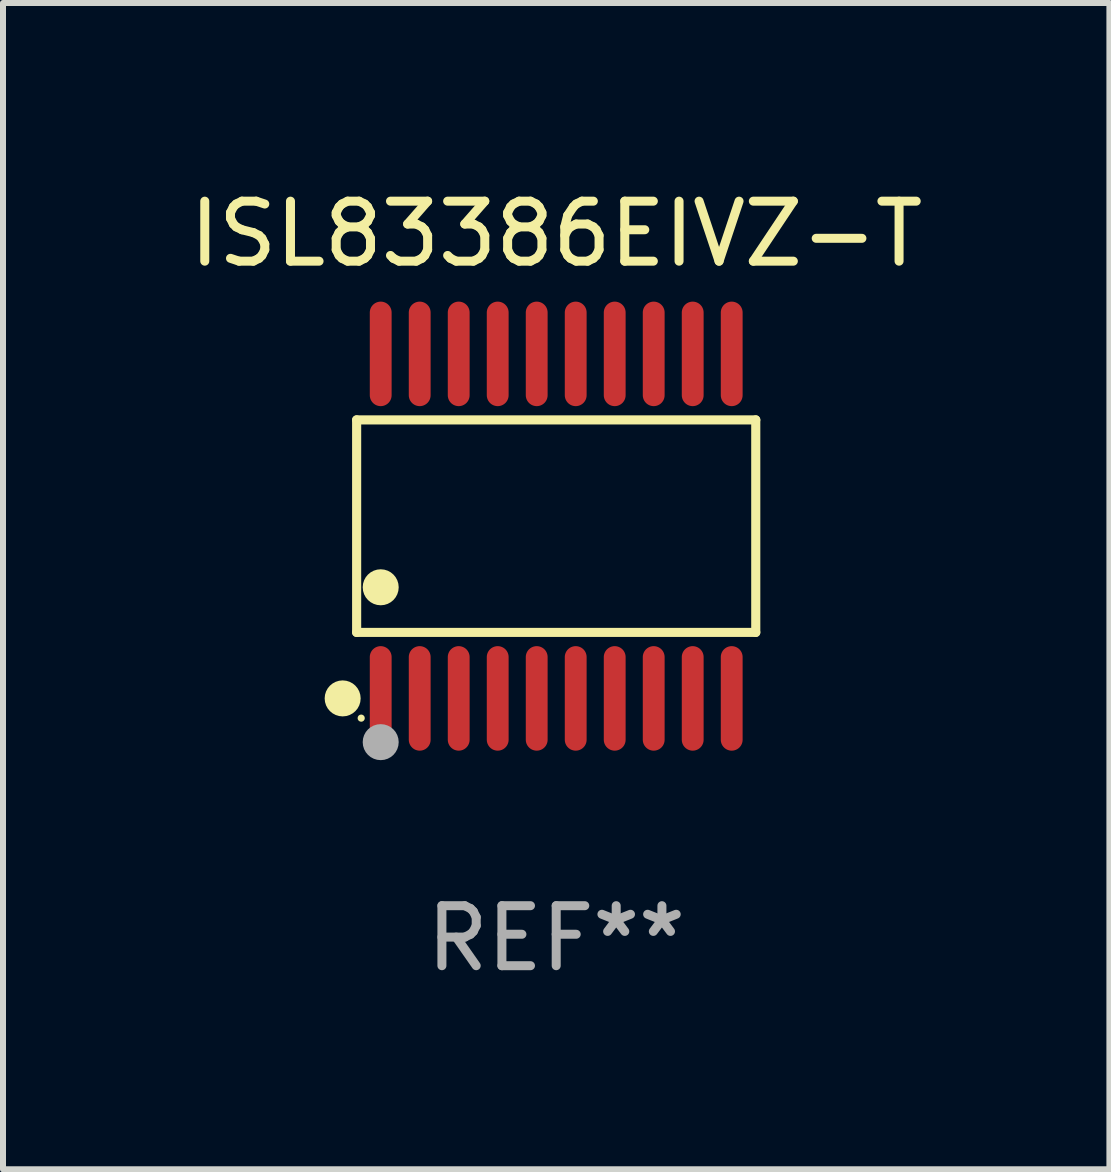
<source format=kicad_pcb>
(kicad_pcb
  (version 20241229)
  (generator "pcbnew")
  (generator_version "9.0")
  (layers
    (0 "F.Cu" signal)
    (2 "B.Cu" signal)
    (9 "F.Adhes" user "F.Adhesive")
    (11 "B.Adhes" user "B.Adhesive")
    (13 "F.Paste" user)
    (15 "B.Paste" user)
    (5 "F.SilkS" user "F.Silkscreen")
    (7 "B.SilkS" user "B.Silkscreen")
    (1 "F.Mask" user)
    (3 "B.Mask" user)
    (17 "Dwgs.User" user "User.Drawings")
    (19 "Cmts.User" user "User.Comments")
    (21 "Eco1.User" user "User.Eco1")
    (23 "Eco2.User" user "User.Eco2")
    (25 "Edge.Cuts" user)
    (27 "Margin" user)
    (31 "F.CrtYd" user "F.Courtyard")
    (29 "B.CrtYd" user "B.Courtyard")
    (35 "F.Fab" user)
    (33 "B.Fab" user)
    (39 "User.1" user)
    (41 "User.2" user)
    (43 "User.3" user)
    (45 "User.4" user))
  (footprint "ISL83386EIVZ-T"
    (layer "F.Cu")
    (at 6.22 5.719)
    (property "Reference" "ISL83386EIVZ-T" (at 0 -4.871 0) (layer "F.SilkS") (effects (font (size 1 1) (thickness 0.15))))
    (attr through_hole)
    (fp_line (start -3.326 -1.771) (end 3.326 -1.771) (stroke (width 0.152) (type solid)) (layer "F.SilkS"))
    (fp_line (start -3.326 1.771) (end -3.326 -1.771) (stroke (width 0.152) (type solid)) (layer "F.SilkS"))
    (fp_line (start 3.326 -1.771) (end 3.326 1.771) (stroke (width 0.152) (type solid)) (layer "F.SilkS"))
    (fp_line (start 3.326 1.771) (end -3.326 1.771) (stroke (width 0.152) (type solid)) (layer "F.SilkS"))
    (fp_circle (center -3.559 2.871) (end -3.409 2.871) (stroke (width 0.3) (type solid)) (fill no) (layer "F.SilkS"))
    (fp_circle (center -3.25 3.2) (end -3.22 3.2) (stroke (width 0.06) (type solid)) (fill no) (layer "F.SilkS"))
    (fp_circle (center -2.925 1.019) (end -2.775 1.019) (stroke (width 0.3) (type solid)) (fill no) (layer "F.SilkS"))
    (fp_circle (center -2.925 3.6) (end -2.775 3.6) (stroke (width 0.3) (type solid)) (fill no) (layer "F.Fab"))
    (fp_text user "REF**" (at 0 6.871 0) (layer "F.Fab") (effects (font (size 1 1) (thickness 0.15))))
    (pad "1" smd oval (at -2.925 2.871) (size 0.364 1.742) (layers "F.Cu" "F.Mask" "F.Paste"))
    (pad "2" smd oval (at -2.275 2.871) (size 0.364 1.742) (layers "F.Cu" "F.Mask" "F.Paste"))
    (pad "3" smd oval (at -1.625 2.871) (size 0.364 1.742) (layers "F.Cu" "F.Mask" "F.Paste"))
    (pad "4" smd oval (at -0.975 2.871) (size 0.364 1.742) (layers "F.Cu" "F.Mask" "F.Paste"))
    (pad "5" smd oval (at -0.325 2.871) (size 0.364 1.742) (layers "F.Cu" "F.Mask" "F.Paste"))
    (pad "6" smd oval (at 0.325 2.871) (size 0.364 1.742) (layers "F.Cu" "F.Mask" "F.Paste"))
    (pad "7" smd oval (at 0.975 2.871) (size 0.364 1.742) (layers "F.Cu" "F.Mask" "F.Paste"))
    (pad "8" smd oval (at 1.625 2.871) (size 0.364 1.742) (layers "F.Cu" "F.Mask" "F.Paste"))
    (pad "9" smd oval (at 2.275 2.871) (size 0.364 1.742) (layers "F.Cu" "F.Mask" "F.Paste"))
    (pad "10" smd oval (at 2.925 2.871) (size 0.364 1.742) (layers "F.Cu" "F.Mask" "F.Paste"))
    (pad "11" smd oval (at 2.925 -2.871) (size 0.364 1.742) (layers "F.Cu" "F.Mask" "F.Paste"))
    (pad "12" smd oval (at 2.275 -2.871) (size 0.364 1.742) (layers "F.Cu" "F.Mask" "F.Paste"))
    (pad "13" smd oval (at 1.625 -2.871) (size 0.364 1.742) (layers "F.Cu" "F.Mask" "F.Paste"))
    (pad "14" smd oval (at 0.975 -2.871) (size 0.364 1.742) (layers "F.Cu" "F.Mask" "F.Paste"))
    (pad "15" smd oval (at 0.325 -2.871) (size 0.364 1.742) (layers "F.Cu" "F.Mask" "F.Paste"))
    (pad "16" smd oval (at -0.325 -2.871) (size 0.364 1.742) (layers "F.Cu" "F.Mask" "F.Paste"))
    (pad "17" smd oval (at -0.975 -2.871) (size 0.364 1.742) (layers "F.Cu" "F.Mask" "F.Paste"))
    (pad "18" smd oval (at -1.625 -2.871) (size 0.364 1.742) (layers "F.Cu" "F.Mask" "F.Paste"))
    (pad "19" smd oval (at -2.275 -2.871) (size 0.364 1.742) (layers "F.Cu" "F.Mask" "F.Paste"))
    (pad "20" smd oval (at -2.925 -2.871) (size 0.364 1.742) (layers "F.Cu" "F.Mask" "F.Paste")))
  (gr_rect
    (start -3 -3)
    (end 15.44 16.438)
    (stroke (width 0.1) (type default))
    (fill no)
    (layer "Edge.Cuts")))
</source>
